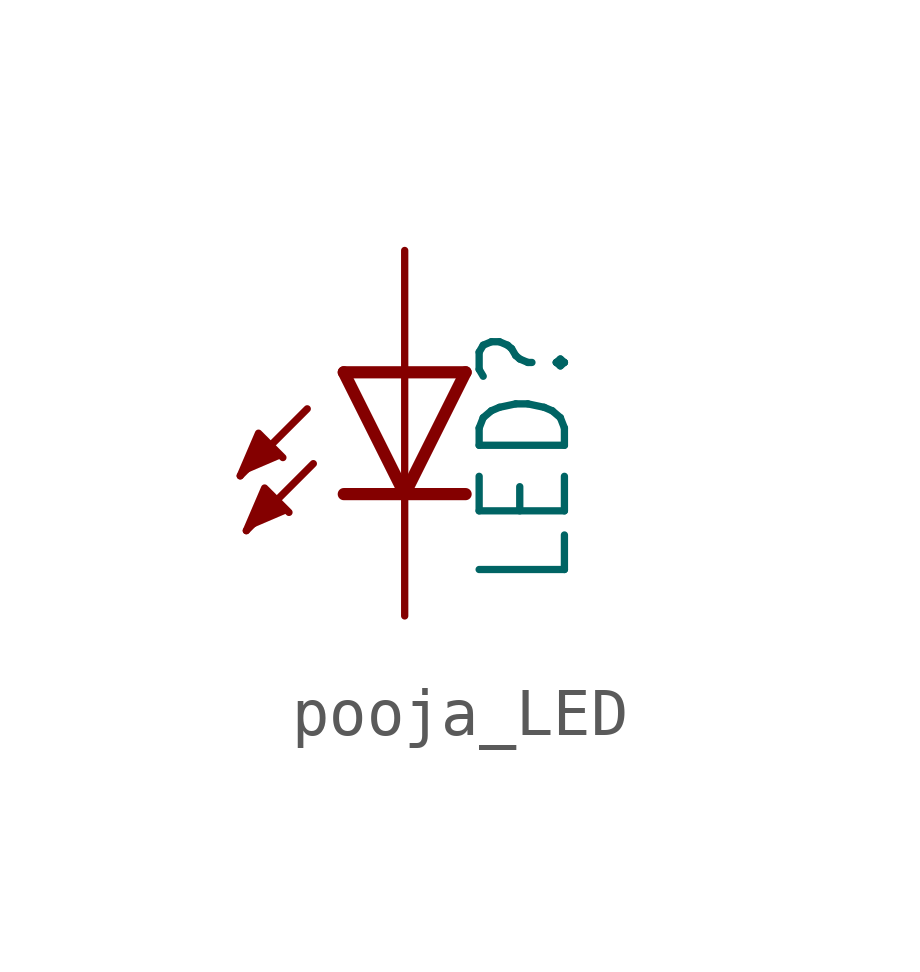
<source format=kicad_sym>
(kicad_symbol_lib
  (version 20220914)
  (generator kicad_symbol_editor)
  (symbol "pooja_LED"
    (property "Reference" "LED"
      (at 3.556 -4.572 90)
      (effects (font (size 1.778 1.511)) (justify left bottom)))
    (property "Value" ""
      (at 5.715 -4.572 90)
      (effects (font (size 1.778 1.511)) (justify left bottom)))
    (property "ki_locked" ""
      (at 0 0 0)
      (effects (font (size 1.27 1.27))))
    (symbol "pooja_LED_1_0"
      (polyline (pts (xy -2.032 -0.762) (xy -3.429 -2.159)) (stroke (width 0.152) (type solid)) (fill (type none)))
      (polyline (pts (xy -1.905 -1.905) (xy -3.302 -3.302)) (stroke (width 0.152) (type solid)) (fill (type none)))
      (polyline (pts (xy 0 -2.54) (xy -1.27 -2.54)) (stroke (width 0.254) (type solid)) (fill (type none)))
      (polyline (pts (xy 0 -2.54) (xy -1.27 0)) (stroke (width 0.254) (type solid)) (fill (type none)))
      (polyline (pts (xy 0 0) (xy -1.27 0)) (stroke (width 0.254) (type solid)) (fill (type none)))
      (polyline (pts (xy 0 0) (xy 0 -2.54)) (stroke (width 0.152) (type solid)) (fill (type none)))
      (polyline (pts (xy 1.27 -2.54) (xy 0 -2.54)) (stroke (width 0.254) (type solid)) (fill (type none)))
      (polyline (pts (xy 1.27 0) (xy 0 -2.54)) (stroke (width 0.254) (type solid)) (fill (type none)))
      (polyline (pts (xy 1.27 0) (xy 0 0)) (stroke (width 0.254) (type solid)) (fill (type none)))
      (polyline (pts (xy -3.429 -2.159) (xy -3.048 -1.27) (xy -2.54 -1.778)) (stroke (width 0.152) (type solid)) (fill (type outline)))
      (polyline (pts (xy -3.302 -3.302) (xy -2.921 -2.413) (xy -2.413 -2.921)) (stroke (width 0.152) (type solid)) (fill (type outline)))
      (pin passive line (at 0 2.54 270) (length 2.54) (name "A" (effects (font (size 0 0)))) (number "A@1" (effects (font (size 0 0)))))
      (pin passive line (at 0 -5.08 90) (length 2.54) (name "C" (effects (font (size 0 0)))) (number "C@1" (effects (font (size 0 0))))))))
</source>
